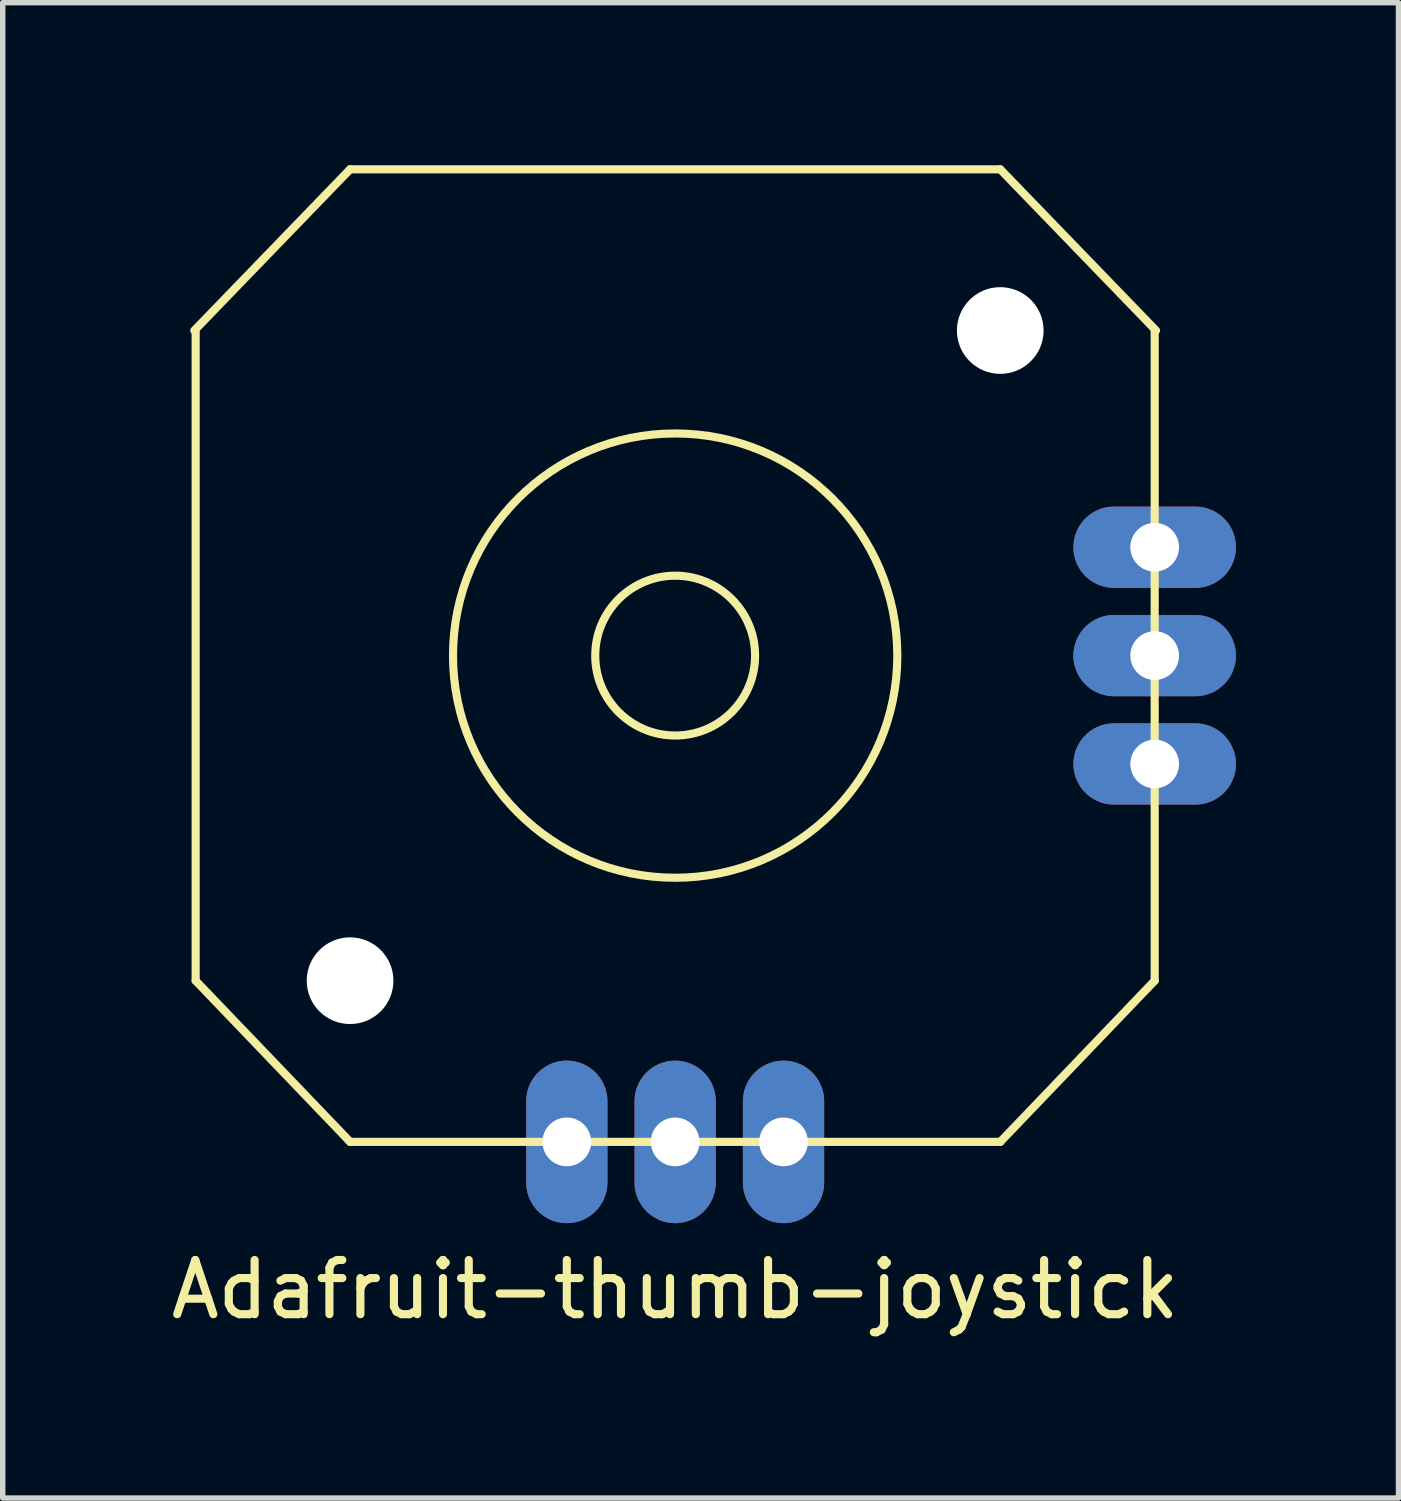
<source format=kicad_pcb>
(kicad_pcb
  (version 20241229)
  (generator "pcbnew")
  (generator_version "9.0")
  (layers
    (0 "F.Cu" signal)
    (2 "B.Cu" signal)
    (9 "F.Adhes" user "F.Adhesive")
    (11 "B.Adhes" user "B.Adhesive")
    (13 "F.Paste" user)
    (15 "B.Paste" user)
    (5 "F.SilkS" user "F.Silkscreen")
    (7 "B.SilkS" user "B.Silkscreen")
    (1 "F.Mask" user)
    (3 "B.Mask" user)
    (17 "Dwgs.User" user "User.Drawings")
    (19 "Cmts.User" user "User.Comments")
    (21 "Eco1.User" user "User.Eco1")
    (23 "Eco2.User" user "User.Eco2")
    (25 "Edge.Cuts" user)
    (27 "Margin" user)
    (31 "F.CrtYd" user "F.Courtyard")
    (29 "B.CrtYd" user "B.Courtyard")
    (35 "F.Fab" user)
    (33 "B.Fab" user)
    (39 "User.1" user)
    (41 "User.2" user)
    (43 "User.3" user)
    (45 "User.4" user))
  (footprint "Adafruit-thumb-joystick"
    (layer "F.Cu")
    (at 9.411 9.05)
    (property "Reference" "Adafruit-thumb-joystick" (at 0 11.7 0) (layer "F.SilkS") (effects (font (size 1 1) (thickness 0.15))))
    (attr through_hole)
    (fp_line (start -8.85 -6) (end -8.85 6) (stroke (width 0.15) (type solid)) (layer "F.SilkS"))
    (fp_line (start -6 -8.975) (end -8.875 -6) (stroke (width 0.15) (type solid)) (layer "F.SilkS"))
    (fp_line (start -6 -8.975) (end 6 -8.975) (stroke (width 0.15) (type solid)) (layer "F.SilkS"))
    (fp_line (start -6 8.975) (end 6 8.975) (stroke (width 0.15) (type solid)) (layer "F.SilkS"))
    (fp_line (start -5.999 8.975) (end -8.85 6) (stroke (width 0.15) (type solid)) (layer "F.SilkS"))
    (fp_line (start 6 -8.975) (end 8.875 -6) (stroke (width 0.15) (type solid)) (layer "F.SilkS"))
    (fp_line (start 8.85 -6) (end 8.85 5.999) (stroke (width 0.15) (type solid)) (layer "F.SilkS"))
    (fp_line (start 8.85 6) (end 6 8.975) (stroke (width 0.15) (type solid)) (layer "F.SilkS"))
    (fp_circle (center 0 0) (end 0 -4.1) (stroke (width 0.15) (type solid)) (fill no) (layer "F.SilkS"))
    (fp_circle (center 0 0) (end 0 -1.475) (stroke (width 0.15) (type solid)) (fill no) (layer "F.SilkS"))
    (pad "" np_thru_hole circle (at -6 6) (size 1.6 1.6) (drill 1.6) (layers "*.Cu" "*.Mask"))
    (pad "" np_thru_hole circle (at 6 -6) (size 1.6 1.6) (drill 1.6) (layers "*.Cu" "*.Mask"))
    (pad "X" thru_hole oval (at 0 8.975) (size 1.5 3) (drill 0.899) (layers "*.Cu" "*.Mask"))
    (pad "X+" thru_hole oval (at 2 8.975) (size 1.5 3) (drill 0.899) (layers "*.Cu" "*.Mask"))
    (pad "X-" thru_hole oval (at -2 8.975) (size 1.5 3) (drill 0.899) (layers "*.Cu" "*.Mask"))
    (pad "Y" thru_hole oval (at 8.85 0) (size 3 1.5) (drill 0.899) (layers "*.Cu" "*.Mask"))
    (pad "Y+" thru_hole oval (at 8.85 -2) (size 3 1.5) (drill 0.899) (layers "*.Cu" "*.Mask"))
    (pad "Y-" thru_hole oval (at 8.85 2) (size 3 1.5) (drill 0.899) (layers "*.Cu" "*.Mask")))
  (gr_rect
    (start -3 -3)
    (end 22.761 24.598)
    (stroke (width 0.1) (type default))
    (fill no)
    (layer "Edge.Cuts")))
</source>
